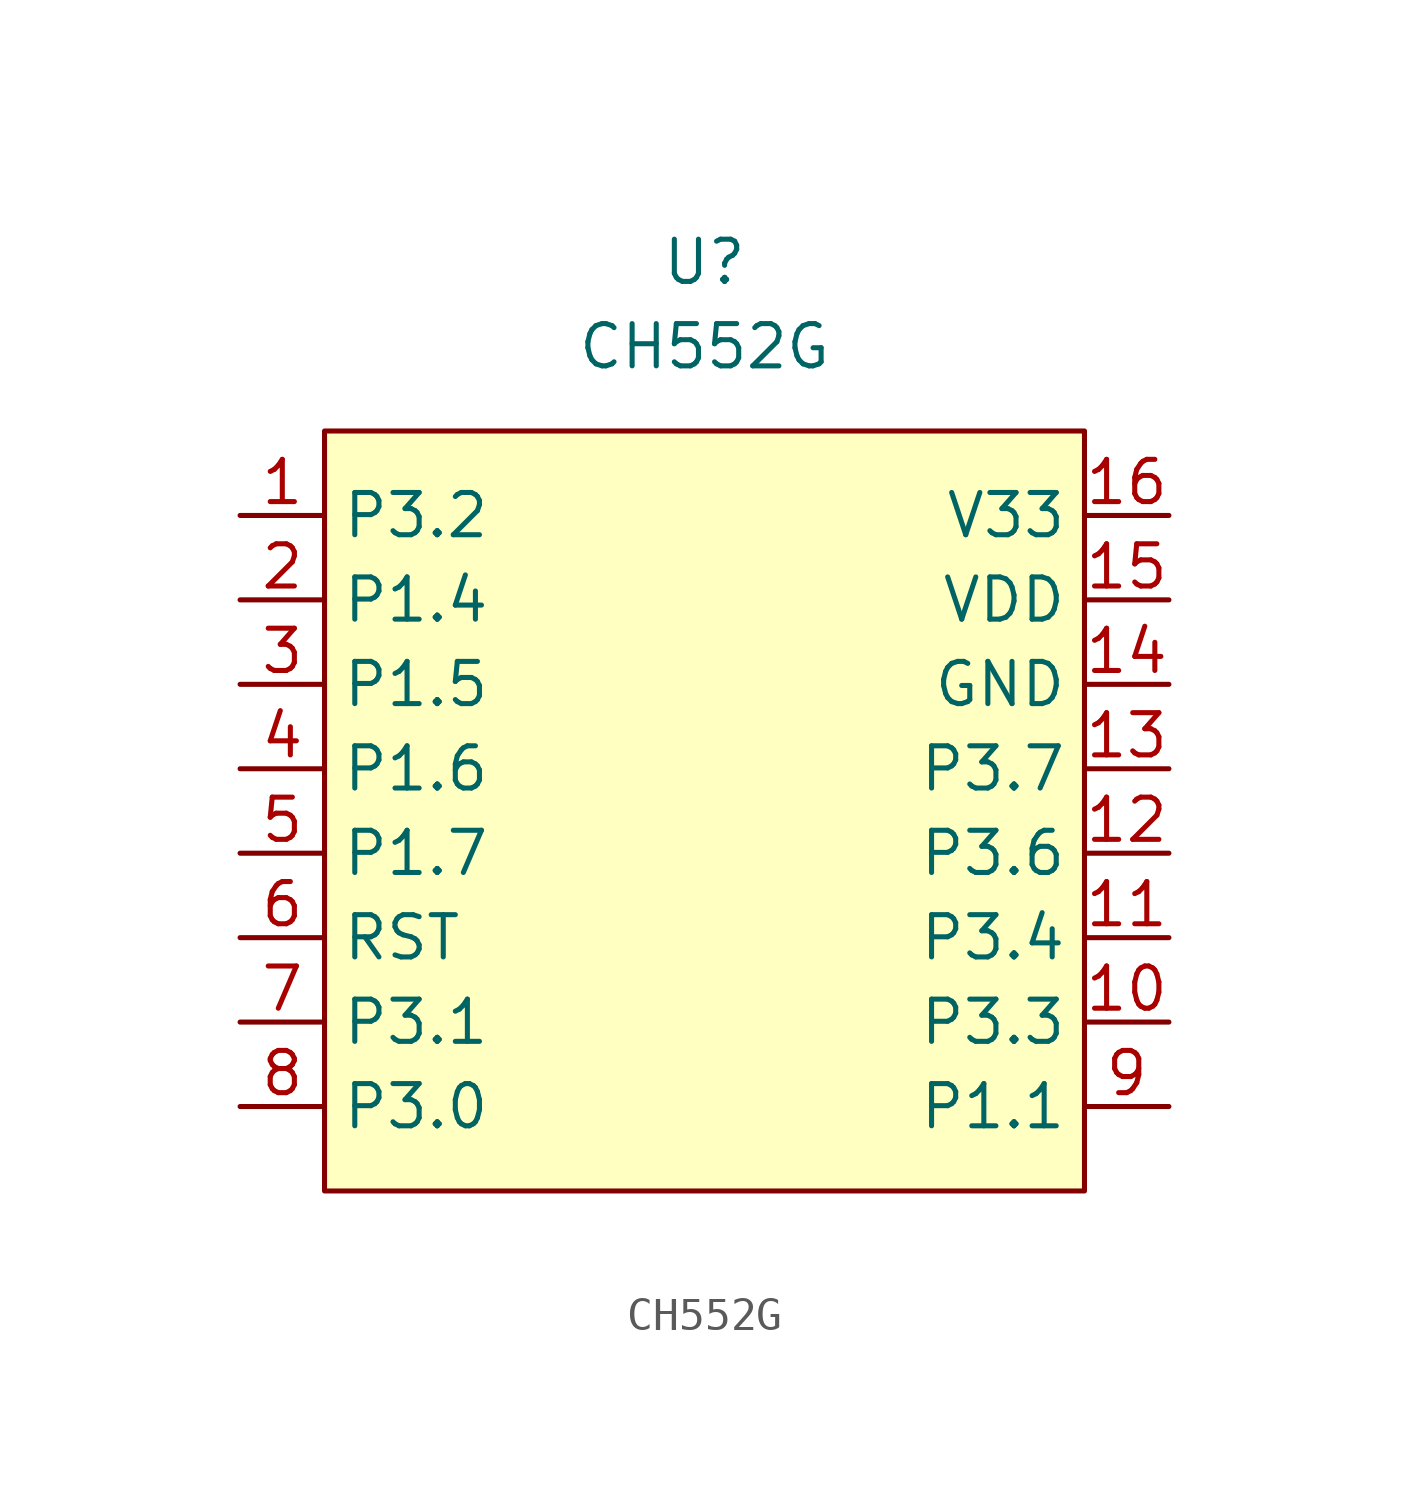
<source format=kicad_sym>
(kicad_symbol_lib
  (version 20211014)
  (generator kicad_symbol_editor)
  (symbol "CH552G"
    (property "Reference" "U"
      (at 0 16.51 0)
      (effects (font (size 1.27 1.27))))
    (property "Value" "CH552G"
      (at 0 13.97 0)
      (effects (font (size 1.27 1.27))))
    (symbol "CH552G_0_1"
      (rectangle (start -11.43 11.43) (end 11.43 -11.43) (stroke (width 0) (type default) (color 0 0 0 0)) (fill (type background))))
    (symbol "CH552G_1_1"
      (pin passive line (at -13.97 8.89 0) (length 2.54) (name "P3.2" (effects (font (size 1.27 1.27)))) (number "1" (effects (font (size 1.27 1.27)))))
      (pin passive line (at 13.97 -6.35 180) (length 2.54) (name "P3.3" (effects (font (size 1.27 1.27)))) (number "10" (effects (font (size 1.27 1.27)))))
      (pin passive line (at 13.97 -3.81 180) (length 2.54) (name "P3.4" (effects (font (size 1.27 1.27)))) (number "11" (effects (font (size 1.27 1.27)))))
      (pin passive line (at 13.97 -1.27 180) (length 2.54) (name "P3.6" (effects (font (size 1.27 1.27)))) (number "12" (effects (font (size 1.27 1.27)))))
      (pin passive line (at 13.97 1.27 180) (length 2.54) (name "P3.7" (effects (font (size 1.27 1.27)))) (number "13" (effects (font (size 1.27 1.27)))))
      (pin power_in line (at 13.97 3.81 180) (length 2.54) (name "GND" (effects (font (size 1.27 1.27)))) (number "14" (effects (font (size 1.27 1.27)))))
      (pin power_in line (at 13.97 6.35 180) (length 2.54) (name "VDD" (effects (font (size 1.27 1.27)))) (number "15" (effects (font (size 1.27 1.27)))))
      (pin power_out line (at 13.97 8.89 180) (length 2.54) (name "V33" (effects (font (size 1.27 1.27)))) (number "16" (effects (font (size 1.27 1.27)))))
      (pin passive line (at -13.97 6.35 0) (length 2.54) (name "P1.4" (effects (font (size 1.27 1.27)))) (number "2" (effects (font (size 1.27 1.27)))))
      (pin passive line (at -13.97 3.81 0) (length 2.54) (name "P1.5" (effects (font (size 1.27 1.27)))) (number "3" (effects (font (size 1.27 1.27)))))
      (pin passive line (at -13.97 1.27 0) (length 2.54) (name "P1.6" (effects (font (size 1.27 1.27)))) (number "4" (effects (font (size 1.27 1.27)))))
      (pin passive line (at -13.97 -1.27 0) (length 2.54) (name "P1.7" (effects (font (size 1.27 1.27)))) (number "5" (effects (font (size 1.27 1.27)))))
      (pin passive line (at -13.97 -3.81 0) (length 2.54) (name "RST" (effects (font (size 1.27 1.27)))) (number "6" (effects (font (size 1.27 1.27)))))
      (pin passive line (at -13.97 -6.35 0) (length 2.54) (name "P3.1" (effects (font (size 1.27 1.27)))) (number "7" (effects (font (size 1.27 1.27)))))
      (pin passive line (at -13.97 -8.89 0) (length 2.54) (name "P3.0" (effects (font (size 1.27 1.27)))) (number "8" (effects (font (size 1.27 1.27)))))
      (pin passive line (at 13.97 -8.89 180) (length 2.54) (name "P1.1" (effects (font (size 1.27 1.27)))) (number "9" (effects (font (size 1.27 1.27))))))))
</source>
